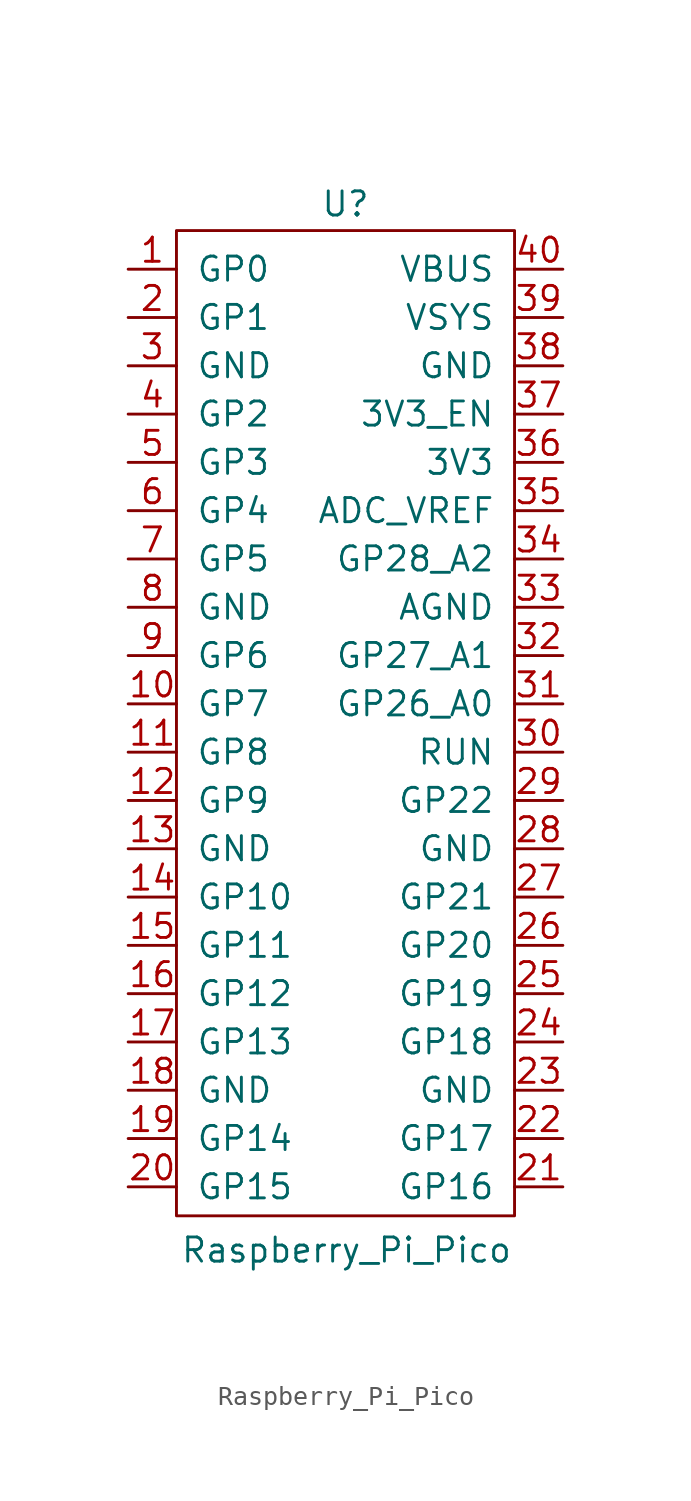
<source format=kicad_sym>
(kicad_symbol_lib
  (version 20241209)
  (generator "kicad_symbol_editor")
  (generator_version "9.0")
  (symbol "Raspberry_Pi_Pico"
    (pin_names
      (offset 1.016))
    (property "Reference" "U"
      (at 0 27.559 0)
      (effects (font (size 1.27 1.27))))
    (property "Value" "Raspberry_Pi_Pico"
      (at 0.051 -27.457 0)
      (effects (font (size 1.27 1.27))))
    (symbol "Raspberry_Pi_Pico_0_0"
      (pin bidirectional line (at -11.43 24.13 0) (length 2.54) (name "GP0" (effects (font (size 1.27 1.27)))) (number "1" (effects (font (size 1.27 1.27)))))
      (pin bidirectional line (at -11.43 21.59 0) (length 2.54) (name "GP1" (effects (font (size 1.27 1.27)))) (number "2" (effects (font (size 1.27 1.27)))))
      (pin power_in line (at -11.43 19.05 0) (length 2.54) (name "GND" (effects (font (size 1.27 1.27)))) (number "3" (effects (font (size 1.27 1.27)))))
      (pin bidirectional line (at -11.43 16.51 0) (length 2.54) (name "GP2" (effects (font (size 1.27 1.27)))) (number "4" (effects (font (size 1.27 1.27)))))
      (pin bidirectional line (at -11.43 13.97 0) (length 2.54) (name "GP3" (effects (font (size 1.27 1.27)))) (number "5" (effects (font (size 1.27 1.27)))))
      (pin bidirectional line (at -11.43 11.43 0) (length 2.54) (name "GP4" (effects (font (size 1.27 1.27)))) (number "6" (effects (font (size 1.27 1.27)))))
      (pin bidirectional line (at -11.43 8.89 0) (length 2.54) (name "GP5" (effects (font (size 1.27 1.27)))) (number "7" (effects (font (size 1.27 1.27)))))
      (pin power_in line (at -11.43 6.35 0) (length 2.54) (name "GND" (effects (font (size 1.27 1.27)))) (number "8" (effects (font (size 1.27 1.27)))))
      (pin bidirectional line (at -11.43 3.81 0) (length 2.54) (name "GP6" (effects (font (size 1.27 1.27)))) (number "9" (effects (font (size 1.27 1.27)))))
      (pin bidirectional line (at -11.43 1.27 0) (length 2.54) (name "GP7" (effects (font (size 1.27 1.27)))) (number "10" (effects (font (size 1.27 1.27)))))
      (pin bidirectional line (at -11.43 -1.27 0) (length 2.54) (name "GP8" (effects (font (size 1.27 1.27)))) (number "11" (effects (font (size 1.27 1.27)))))
      (pin bidirectional line (at -11.43 -3.81 0) (length 2.54) (name "GP9" (effects (font (size 1.27 1.27)))) (number "12" (effects (font (size 1.27 1.27)))))
      (pin power_in line (at -11.43 -6.35 0) (length 2.54) (name "GND" (effects (font (size 1.27 1.27)))) (number "13" (effects (font (size 1.27 1.27)))))
      (pin bidirectional line (at -11.43 -8.89 0) (length 2.54) (name "GP10" (effects (font (size 1.27 1.27)))) (number "14" (effects (font (size 1.27 1.27)))))
      (pin bidirectional line (at -11.43 -11.43 0) (length 2.54) (name "GP11" (effects (font (size 1.27 1.27)))) (number "15" (effects (font (size 1.27 1.27)))))
      (pin bidirectional line (at -11.43 -13.97 0) (length 2.54) (name "GP12" (effects (font (size 1.27 1.27)))) (number "16" (effects (font (size 1.27 1.27)))))
      (pin bidirectional line (at -11.43 -16.51 0) (length 2.54) (name "GP13" (effects (font (size 1.27 1.27)))) (number "17" (effects (font (size 1.27 1.27)))))
      (pin power_in line (at -11.43 -19.05 0) (length 2.54) (name "GND" (effects (font (size 1.27 1.27)))) (number "18" (effects (font (size 1.27 1.27)))))
      (pin bidirectional line (at -11.43 -21.59 0) (length 2.54) (name "GP14" (effects (font (size 1.27 1.27)))) (number "19" (effects (font (size 1.27 1.27)))))
      (pin bidirectional line (at -11.43 -24.13 0) (length 2.54) (name "GP15" (effects (font (size 1.27 1.27)))) (number "20" (effects (font (size 1.27 1.27)))))
      (pin power_in line (at 11.43 24.13 180) (length 2.54) (name "VBUS" (effects (font (size 1.27 1.27)))) (number "40" (effects (font (size 1.27 1.27)))))
      (pin power_in line (at 11.43 21.59 180) (length 2.54) (name "VSYS" (effects (font (size 1.27 1.27)))) (number "39" (effects (font (size 1.27 1.27)))))
      (pin power_in line (at 11.43 19.05 180) (length 2.54) (name "GND" (effects (font (size 1.27 1.27)))) (number "38" (effects (font (size 1.27 1.27)))))
      (pin input line (at 11.43 16.51 180) (length 2.54) (name "3V3_EN" (effects (font (size 1.27 1.27)))) (number "37" (effects (font (size 1.27 1.27)))))
      (pin power_out line (at 11.43 13.97 180) (length 2.54) (name "3V3" (effects (font (size 1.27 1.27)))) (number "36" (effects (font (size 1.27 1.27)))))
      (pin power_in line (at 11.43 11.43 180) (length 2.54) (name "ADC_VREF" (effects (font (size 1.27 1.27)))) (number "35" (effects (font (size 1.27 1.27)))))
      (pin bidirectional line (at 11.43 8.89 180) (length 2.54) (name "GP28_A2" (effects (font (size 1.27 1.27)))) (number "34" (effects (font (size 1.27 1.27)))))
      (pin power_in line (at 11.43 6.35 180) (length 2.54) (name "AGND" (effects (font (size 1.27 1.27)))) (number "33" (effects (font (size 1.27 1.27)))))
      (pin bidirectional line (at 11.43 3.81 180) (length 2.54) (name "GP27_A1" (effects (font (size 1.27 1.27)))) (number "32" (effects (font (size 1.27 1.27)))))
      (pin bidirectional line (at 11.43 1.27 180) (length 2.54) (name "GP26_A0" (effects (font (size 1.27 1.27)))) (number "31" (effects (font (size 1.27 1.27)))))
      (pin input line (at 11.43 -1.27 180) (length 2.54) (name "RUN" (effects (font (size 1.27 1.27)))) (number "30" (effects (font (size 1.27 1.27)))))
      (pin bidirectional line (at 11.43 -3.81 180) (length 2.54) (name "GP22" (effects (font (size 1.27 1.27)))) (number "29" (effects (font (size 1.27 1.27)))))
      (pin power_in line (at 11.43 -6.35 180) (length 2.54) (name "GND" (effects (font (size 1.27 1.27)))) (number "28" (effects (font (size 1.27 1.27)))))
      (pin bidirectional line (at 11.43 -8.89 180) (length 2.54) (name "GP21" (effects (font (size 1.27 1.27)))) (number "27" (effects (font (size 1.27 1.27)))))
      (pin bidirectional line (at 11.43 -11.43 180) (length 2.54) (name "GP20" (effects (font (size 1.27 1.27)))) (number "26" (effects (font (size 1.27 1.27)))))
      (pin bidirectional line (at 11.43 -13.97 180) (length 2.54) (name "GP19" (effects (font (size 1.27 1.27)))) (number "25" (effects (font (size 1.27 1.27)))))
      (pin bidirectional line (at 11.43 -16.51 180) (length 2.54) (name "GP18" (effects (font (size 1.27 1.27)))) (number "24" (effects (font (size 1.27 1.27)))))
      (pin power_in line (at 11.43 -19.05 180) (length 2.54) (name "GND" (effects (font (size 1.27 1.27)))) (number "23" (effects (font (size 1.27 1.27)))))
      (pin bidirectional line (at 11.43 -21.59 180) (length 2.54) (name "GP17" (effects (font (size 1.27 1.27)))) (number "22" (effects (font (size 1.27 1.27)))))
      (pin bidirectional line (at 11.43 -24.13 180) (length 2.54) (name "GP16" (effects (font (size 1.27 1.27)))) (number "21" (effects (font (size 1.27 1.27))))))
    (symbol "Raspberry_Pi_Pico_0_1"
      (rectangle (start -8.89 26.162) (end 8.89 -25.654) (stroke (width 0) (type solid)) (fill (type none))))))
</source>
